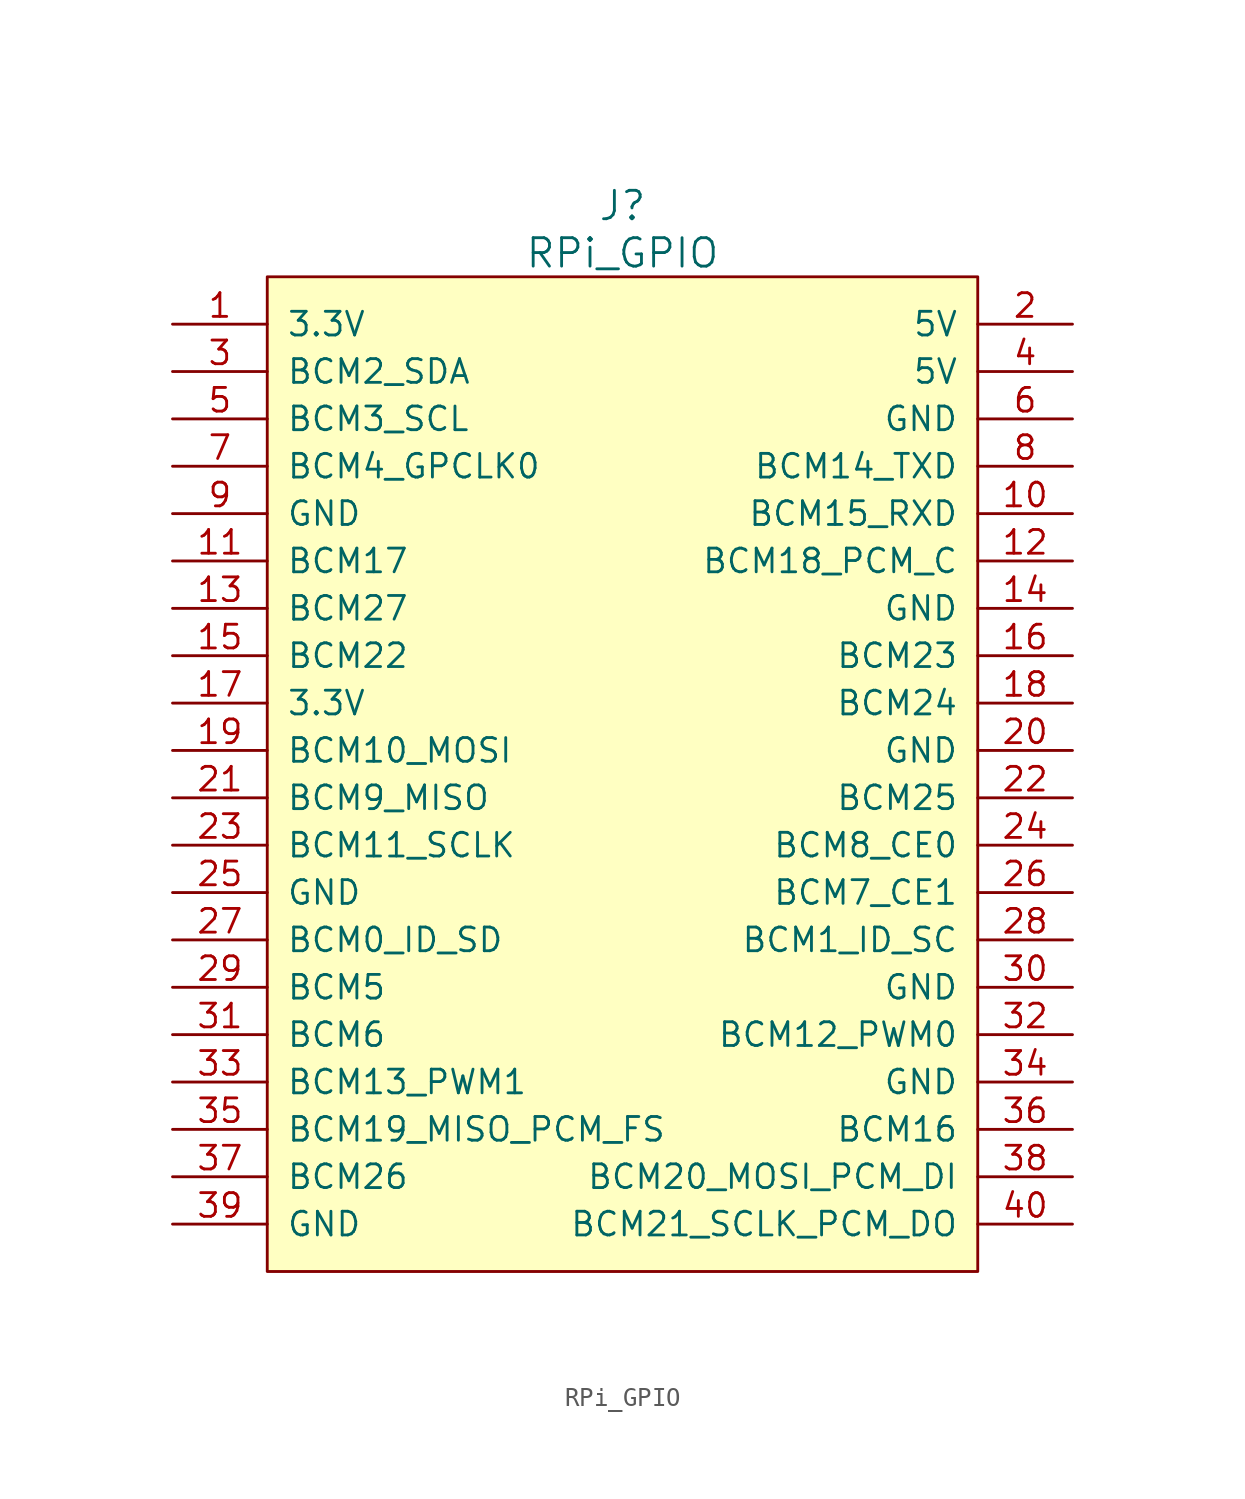
<source format=kicad_sym>
(kicad_symbol_lib
  (version 20231120)
  (generator "kicad_symbol_editor")
  (generator_version "8.0")
  (symbol "RPi_GPIO"
    (pin_names
      (offset 1.016))
    (property "Reference" "J"
      (at 19.05 6.35 0)
      (effects (font (size 1.524 1.524))))
    (property "Value" "RPi_GPIO"
      (at 19.05 3.81 0)
      (effects (font (size 1.524 1.524))))
    (property "Footprint" ""
      (at 0 0 0)
      (effects (font (size 1.524 1.524))))
    (property "Datasheet" ""
      (at 0 0 0)
      (effects (font (size 1.524 1.524))))
    (symbol "RPi_GPIO_1_1"
      (rectangle (start 0 2.54) (end 38.1 -50.8) (stroke (width 0) (type solid)) (fill (type background)))
      (pin power_in line (at -5.08 0 0) (length 5.08) (name "3.3V" (effects (font (size 1.27 1.27)))) (number "1" (effects (font (size 1.27 1.27)))))
      (pin bidirectional line (at 43.18 -10.16 180) (length 5.08) (name "BCM15_RXD" (effects (font (size 1.27 1.27)))) (number "10" (effects (font (size 1.27 1.27)))))
      (pin bidirectional line (at -5.08 -12.7 0) (length 5.08) (name "BCM17" (effects (font (size 1.27 1.27)))) (number "11" (effects (font (size 1.27 1.27)))))
      (pin bidirectional line (at 43.18 -12.7 180) (length 5.08) (name "BCM18_PCM_C" (effects (font (size 1.27 1.27)))) (number "12" (effects (font (size 1.27 1.27)))))
      (pin bidirectional line (at -5.08 -15.24 0) (length 5.08) (name "BCM27" (effects (font (size 1.27 1.27)))) (number "13" (effects (font (size 1.27 1.27)))))
      (pin power_in line (at 43.18 -15.24 180) (length 5.08) (name "GND" (effects (font (size 1.27 1.27)))) (number "14" (effects (font (size 1.27 1.27)))))
      (pin bidirectional line (at -5.08 -17.78 0) (length 5.08) (name "BCM22" (effects (font (size 1.27 1.27)))) (number "15" (effects (font (size 1.27 1.27)))))
      (pin bidirectional line (at 43.18 -17.78 180) (length 5.08) (name "BCM23" (effects (font (size 1.27 1.27)))) (number "16" (effects (font (size 1.27 1.27)))))
      (pin power_in line (at -5.08 -20.32 0) (length 5.08) (name "3.3V" (effects (font (size 1.27 1.27)))) (number "17" (effects (font (size 1.27 1.27)))))
      (pin bidirectional line (at 43.18 -20.32 180) (length 5.08) (name "BCM24" (effects (font (size 1.27 1.27)))) (number "18" (effects (font (size 1.27 1.27)))))
      (pin bidirectional line (at -5.08 -22.86 0) (length 5.08) (name "BCM10_MOSI" (effects (font (size 1.27 1.27)))) (number "19" (effects (font (size 1.27 1.27)))))
      (pin power_in line (at 43.18 0 180) (length 5.08) (name "5V" (effects (font (size 1.27 1.27)))) (number "2" (effects (font (size 1.27 1.27)))))
      (pin power_in line (at 43.18 -22.86 180) (length 5.08) (name "GND" (effects (font (size 1.27 1.27)))) (number "20" (effects (font (size 1.27 1.27)))))
      (pin bidirectional line (at -5.08 -25.4 0) (length 5.08) (name "BCM9_MISO" (effects (font (size 1.27 1.27)))) (number "21" (effects (font (size 1.27 1.27)))))
      (pin bidirectional line (at 43.18 -25.4 180) (length 5.08) (name "BCM25" (effects (font (size 1.27 1.27)))) (number "22" (effects (font (size 1.27 1.27)))))
      (pin bidirectional line (at -5.08 -27.94 0) (length 5.08) (name "BCM11_SCLK" (effects (font (size 1.27 1.27)))) (number "23" (effects (font (size 1.27 1.27)))))
      (pin bidirectional line (at 43.18 -27.94 180) (length 5.08) (name "BCM8_CE0" (effects (font (size 1.27 1.27)))) (number "24" (effects (font (size 1.27 1.27)))))
      (pin power_in line (at -5.08 -30.48 0) (length 5.08) (name "GND" (effects (font (size 1.27 1.27)))) (number "25" (effects (font (size 1.27 1.27)))))
      (pin bidirectional line (at 43.18 -30.48 180) (length 5.08) (name "BCM7_CE1" (effects (font (size 1.27 1.27)))) (number "26" (effects (font (size 1.27 1.27)))))
      (pin bidirectional line (at -5.08 -33.02 0) (length 5.08) (name "BCM0_ID_SD" (effects (font (size 1.27 1.27)))) (number "27" (effects (font (size 1.27 1.27)))))
      (pin bidirectional line (at 43.18 -33.02 180) (length 5.08) (name "BCM1_ID_SC" (effects (font (size 1.27 1.27)))) (number "28" (effects (font (size 1.27 1.27)))))
      (pin bidirectional line (at -5.08 -35.56 0) (length 5.08) (name "BCM5" (effects (font (size 1.27 1.27)))) (number "29" (effects (font (size 1.27 1.27)))))
      (pin bidirectional line (at -5.08 -2.54 0) (length 5.08) (name "BCM2_SDA" (effects (font (size 1.27 1.27)))) (number "3" (effects (font (size 1.27 1.27)))))
      (pin power_in line (at 43.18 -35.56 180) (length 5.08) (name "GND" (effects (font (size 1.27 1.27)))) (number "30" (effects (font (size 1.27 1.27)))))
      (pin bidirectional line (at -5.08 -38.1 0) (length 5.08) (name "BCM6" (effects (font (size 1.27 1.27)))) (number "31" (effects (font (size 1.27 1.27)))))
      (pin bidirectional line (at 43.18 -38.1 180) (length 5.08) (name "BCM12_PWM0" (effects (font (size 1.27 1.27)))) (number "32" (effects (font (size 1.27 1.27)))))
      (pin bidirectional line (at -5.08 -40.64 0) (length 5.08) (name "BCM13_PWM1" (effects (font (size 1.27 1.27)))) (number "33" (effects (font (size 1.27 1.27)))))
      (pin power_in line (at 43.18 -40.64 180) (length 5.08) (name "GND" (effects (font (size 1.27 1.27)))) (number "34" (effects (font (size 1.27 1.27)))))
      (pin bidirectional line (at -5.08 -43.18 0) (length 5.08) (name "BCM19_MISO_PCM_FS" (effects (font (size 1.27 1.27)))) (number "35" (effects (font (size 1.27 1.27)))))
      (pin bidirectional line (at 43.18 -43.18 180) (length 5.08) (name "BCM16" (effects (font (size 1.27 1.27)))) (number "36" (effects (font (size 1.27 1.27)))))
      (pin bidirectional line (at -5.08 -45.72 0) (length 5.08) (name "BCM26" (effects (font (size 1.27 1.27)))) (number "37" (effects (font (size 1.27 1.27)))))
      (pin bidirectional line (at 43.18 -45.72 180) (length 5.08) (name "BCM20_MOSI_PCM_DI" (effects (font (size 1.27 1.27)))) (number "38" (effects (font (size 1.27 1.27)))))
      (pin power_in line (at -5.08 -48.26 0) (length 5.08) (name "GND" (effects (font (size 1.27 1.27)))) (number "39" (effects (font (size 1.27 1.27)))))
      (pin power_in line (at 43.18 -2.54 180) (length 5.08) (name "5V" (effects (font (size 1.27 1.27)))) (number "4" (effects (font (size 1.27 1.27)))))
      (pin bidirectional line (at 43.18 -48.26 180) (length 5.08) (name "BCM21_SCLK_PCM_DO" (effects (font (size 1.27 1.27)))) (number "40" (effects (font (size 1.27 1.27)))))
      (pin bidirectional line (at -5.08 -5.08 0) (length 5.08) (name "BCM3_SCL" (effects (font (size 1.27 1.27)))) (number "5" (effects (font (size 1.27 1.27)))))
      (pin power_in line (at 43.18 -5.08 180) (length 5.08) (name "GND" (effects (font (size 1.27 1.27)))) (number "6" (effects (font (size 1.27 1.27)))))
      (pin bidirectional line (at -5.08 -7.62 0) (length 5.08) (name "BCM4_GPCLK0" (effects (font (size 1.27 1.27)))) (number "7" (effects (font (size 1.27 1.27)))))
      (pin bidirectional line (at 43.18 -7.62 180) (length 5.08) (name "BCM14_TXD" (effects (font (size 1.27 1.27)))) (number "8" (effects (font (size 1.27 1.27)))))
      (pin power_in line (at -5.08 -10.16 0) (length 5.08) (name "GND" (effects (font (size 1.27 1.27)))) (number "9" (effects (font (size 1.27 1.27))))))))
</source>
